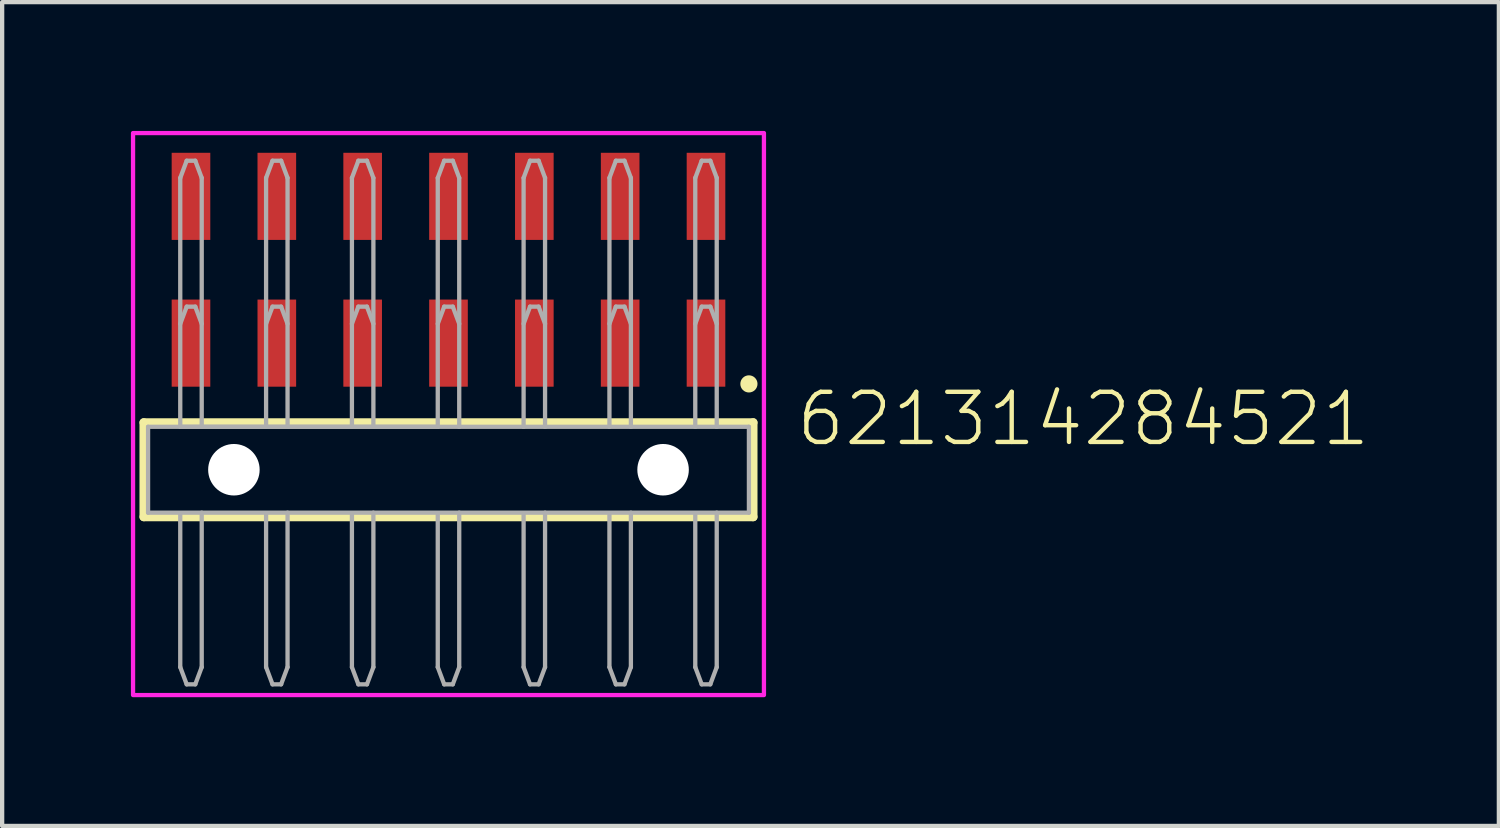
<source format=kicad_pcb>
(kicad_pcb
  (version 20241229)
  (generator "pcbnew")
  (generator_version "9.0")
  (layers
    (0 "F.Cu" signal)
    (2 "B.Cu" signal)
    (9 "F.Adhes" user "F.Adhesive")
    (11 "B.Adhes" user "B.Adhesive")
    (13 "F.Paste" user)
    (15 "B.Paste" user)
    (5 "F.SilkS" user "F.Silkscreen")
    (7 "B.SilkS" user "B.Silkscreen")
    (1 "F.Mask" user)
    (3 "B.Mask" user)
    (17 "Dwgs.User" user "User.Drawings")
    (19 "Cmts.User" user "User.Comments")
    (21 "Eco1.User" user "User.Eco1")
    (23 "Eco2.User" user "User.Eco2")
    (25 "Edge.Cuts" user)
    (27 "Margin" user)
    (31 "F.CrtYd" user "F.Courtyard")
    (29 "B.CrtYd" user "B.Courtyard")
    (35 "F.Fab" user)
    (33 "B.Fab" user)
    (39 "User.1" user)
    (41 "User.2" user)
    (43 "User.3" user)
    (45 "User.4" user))
  (footprint "621314284521"
    (layer "F.Cu")
    (at 7.4 7.895)
    (property "Reference" "621314284521" (at 8.05 -0.5 0) (unlocked yes) (layer "F.SilkS") (effects (font (size 1.168 1.168) (thickness 0.102)) (justify left bottom)))
    (fp_line (start -7.1 -1.1) (end 7.1 -1.1) (stroke (width 0.2) (type solid)) (layer "F.SilkS"))
    (fp_line (start -7.1 1.1) (end -7.1 -1.1) (stroke (width 0.2) (type solid)) (layer "F.SilkS"))
    (fp_line (start 7.1 -1.1) (end 7.1 1.1) (stroke (width 0.2) (type solid)) (layer "F.SilkS"))
    (fp_line (start 7.1 1.1) (end -7.1 1.1) (stroke (width 0.2) (type solid)) (layer "F.SilkS"))
    (fp_circle (center 7 -2) (end 7.1 -2) (stroke (width 0.2) (type solid)) (fill no) (layer "F.SilkS"))
    (fp_poly (pts (xy 7.35 5.25) (xy -7.35 5.25) (xy -7.35 -7.845) (xy 7.35 -7.845)) (stroke (width 0.1) (type default)) (fill no) (layer "F.CrtYd"))
    (fp_line (start -7 -1) (end -0.25 -1) (stroke (width 0.1) (type solid)) (layer "F.Fab"))
    (fp_line (start -7 1) (end -7 -1) (stroke (width 0.1) (type solid)) (layer "F.Fab"))
    (fp_line (start -6.25 -6.8) (end -6.1 -7.2) (stroke (width 0.1) (type solid)) (layer "F.Fab"))
    (fp_line (start -6.25 -3.4) (end -6.1 -3.8) (stroke (width 0.1) (type solid)) (layer "F.Fab"))
    (fp_line (start -6.25 -1) (end -6.25 -6.8) (stroke (width 0.1) (type solid)) (layer "F.Fab"))
    (fp_line (start -6.25 -1) (end -5.75 -1) (stroke (width 0.1) (type solid)) (layer "F.Fab"))
    (fp_line (start -6.25 1.02) (end -6.25 4.6) (stroke (width 0.1) (type solid)) (layer "F.Fab"))
    (fp_line (start -6.25 4.6) (end -6.1 5) (stroke (width 0.1) (type solid)) (layer "F.Fab"))
    (fp_line (start -6.1 -7.2) (end -5.9 -7.2) (stroke (width 0.1) (type solid)) (layer "F.Fab"))
    (fp_line (start -6.1 -3.8) (end -5.9 -3.8) (stroke (width 0.1) (type solid)) (layer "F.Fab"))
    (fp_line (start -5.9 5) (end -6.1 5) (stroke (width 0.1) (type solid)) (layer "F.Fab"))
    (fp_line (start -5.75 -6.8) (end -5.9 -7.2) (stroke (width 0.1) (type solid)) (layer "F.Fab"))
    (fp_line (start -5.75 -6.8) (end -5.75 -1) (stroke (width 0.1) (type solid)) (layer "F.Fab"))
    (fp_line (start -5.75 -3.4) (end -5.9 -3.8) (stroke (width 0.1) (type solid)) (layer "F.Fab"))
    (fp_line (start -5.75 -1) (end -4.25 -1) (stroke (width 0.1) (type solid)) (layer "F.Fab"))
    (fp_line (start -5.75 4.6) (end -5.9 5) (stroke (width 0.1) (type solid)) (layer "F.Fab"))
    (fp_line (start -5.75 4.6) (end -5.75 1) (stroke (width 0.1) (type solid)) (layer "F.Fab"))
    (fp_line (start -4.25 -6.8) (end -4.1 -7.2) (stroke (width 0.1) (type solid)) (layer "F.Fab"))
    (fp_line (start -4.25 -3.4) (end -4.1 -3.8) (stroke (width 0.1) (type solid)) (layer "F.Fab"))
    (fp_line (start -4.25 -1) (end -4.25 -6.8) (stroke (width 0.1) (type solid)) (layer "F.Fab"))
    (fp_line (start -4.25 -1) (end -3.75 -1) (stroke (width 0.1) (type solid)) (layer "F.Fab"))
    (fp_line (start -4.25 1.02) (end -4.25 4.6) (stroke (width 0.1) (type solid)) (layer "F.Fab"))
    (fp_line (start -4.25 4.6) (end -4.1 5) (stroke (width 0.1) (type solid)) (layer "F.Fab"))
    (fp_line (start -4.1 -7.2) (end -3.9 -7.2) (stroke (width 0.1) (type solid)) (layer "F.Fab"))
    (fp_line (start -4.1 -3.8) (end -3.9 -3.8) (stroke (width 0.1) (type solid)) (layer "F.Fab"))
    (fp_line (start -3.9 5) (end -4.1 5) (stroke (width 0.1) (type solid)) (layer "F.Fab"))
    (fp_line (start -3.75 -6.8) (end -3.9 -7.2) (stroke (width 0.1) (type solid)) (layer "F.Fab"))
    (fp_line (start -3.75 -6.8) (end -3.75 -1) (stroke (width 0.1) (type solid)) (layer "F.Fab"))
    (fp_line (start -3.75 -3.4) (end -3.9 -3.8) (stroke (width 0.1) (type solid)) (layer "F.Fab"))
    (fp_line (start -3.75 -1) (end -2.25 -1) (stroke (width 0.1) (type solid)) (layer "F.Fab"))
    (fp_line (start -3.75 4.6) (end -3.9 5) (stroke (width 0.1) (type solid)) (layer "F.Fab"))
    (fp_line (start -3.75 4.6) (end -3.75 1) (stroke (width 0.1) (type solid)) (layer "F.Fab"))
    (fp_line (start -2.25 -6.8) (end -2.1 -7.2) (stroke (width 0.1) (type solid)) (layer "F.Fab"))
    (fp_line (start -2.25 -3.4) (end -2.1 -3.8) (stroke (width 0.1) (type solid)) (layer "F.Fab"))
    (fp_line (start -2.25 -1) (end -2.25 -6.8) (stroke (width 0.1) (type solid)) (layer "F.Fab"))
    (fp_line (start -2.25 -1) (end -1.75 -1) (stroke (width 0.1) (type solid)) (layer "F.Fab"))
    (fp_line (start -2.25 1.02) (end -2.25 4.6) (stroke (width 0.1) (type solid)) (layer "F.Fab"))
    (fp_line (start -2.25 4.6) (end -2.1 5) (stroke (width 0.1) (type solid)) (layer "F.Fab"))
    (fp_line (start -2.1 -7.2) (end -1.9 -7.2) (stroke (width 0.1) (type solid)) (layer "F.Fab"))
    (fp_line (start -2.1 -3.8) (end -1.9 -3.8) (stroke (width 0.1) (type solid)) (layer "F.Fab"))
    (fp_line (start -1.9 5) (end -2.1 5) (stroke (width 0.1) (type solid)) (layer "F.Fab"))
    (fp_line (start -1.75 -6.8) (end -1.9 -7.2) (stroke (width 0.1) (type solid)) (layer "F.Fab"))
    (fp_line (start -1.75 -6.8) (end -1.75 -1) (stroke (width 0.1) (type solid)) (layer "F.Fab"))
    (fp_line (start -1.75 -3.4) (end -1.9 -3.8) (stroke (width 0.1) (type solid)) (layer "F.Fab"))
    (fp_line (start -1.75 -1) (end -0.25 -1) (stroke (width 0.1) (type solid)) (layer "F.Fab"))
    (fp_line (start -1.75 4.6) (end -1.9 5) (stroke (width 0.1) (type solid)) (layer "F.Fab"))
    (fp_line (start -1.75 4.6) (end -1.75 1) (stroke (width 0.1) (type solid)) (layer "F.Fab"))
    (fp_line (start -0.25 -6.8) (end -0.1 -7.2) (stroke (width 0.1) (type solid)) (layer "F.Fab"))
    (fp_line (start -0.25 -3.4) (end -0.1 -3.8) (stroke (width 0.1) (type solid)) (layer "F.Fab"))
    (fp_line (start -0.25 -1) (end -0.25 -6.8) (stroke (width 0.1) (type solid)) (layer "F.Fab"))
    (fp_line (start -0.25 -1) (end 0.25 -1) (stroke (width 0.1) (type solid)) (layer "F.Fab"))
    (fp_line (start -0.25 1.02) (end -0.25 4.6) (stroke (width 0.1) (type solid)) (layer "F.Fab"))
    (fp_line (start -0.25 4.6) (end -0.1 5) (stroke (width 0.1) (type solid)) (layer "F.Fab"))
    (fp_line (start -0.1 -7.2) (end 0.1 -7.2) (stroke (width 0.1) (type solid)) (layer "F.Fab"))
    (fp_line (start -0.1 -3.8) (end 0.1 -3.8) (stroke (width 0.1) (type solid)) (layer "F.Fab"))
    (fp_line (start 0.1 5) (end -0.1 5) (stroke (width 0.1) (type solid)) (layer "F.Fab"))
    (fp_line (start 0.25 -6.8) (end 0.1 -7.2) (stroke (width 0.1) (type solid)) (layer "F.Fab"))
    (fp_line (start 0.25 -6.8) (end 0.25 -1) (stroke (width 0.1) (type solid)) (layer "F.Fab"))
    (fp_line (start 0.25 -3.4) (end 0.1 -3.8) (stroke (width 0.1) (type solid)) (layer "F.Fab"))
    (fp_line (start 0.25 -1) (end 1.75 -1) (stroke (width 0.1) (type solid)) (layer "F.Fab"))
    (fp_line (start 0.25 4.6) (end 0.1 5) (stroke (width 0.1) (type solid)) (layer "F.Fab"))
    (fp_line (start 0.25 4.6) (end 0.25 1) (stroke (width 0.1) (type solid)) (layer "F.Fab"))
    (fp_line (start 1.75 -6.8) (end 1.9 -7.2) (stroke (width 0.1) (type solid)) (layer "F.Fab"))
    (fp_line (start 1.75 -3.4) (end 1.9 -3.8) (stroke (width 0.1) (type solid)) (layer "F.Fab"))
    (fp_line (start 1.75 -1) (end 1.75 -6.8) (stroke (width 0.1) (type solid)) (layer "F.Fab"))
    (fp_line (start 1.75 -1) (end 2.25 -1) (stroke (width 0.1) (type solid)) (layer "F.Fab"))
    (fp_line (start 1.75 1.02) (end 1.75 4.6) (stroke (width 0.1) (type solid)) (layer "F.Fab"))
    (fp_line (start 1.75 4.6) (end 1.9 5) (stroke (width 0.1) (type solid)) (layer "F.Fab"))
    (fp_line (start 1.9 -7.2) (end 2.1 -7.2) (stroke (width 0.1) (type solid)) (layer "F.Fab"))
    (fp_line (start 1.9 -3.8) (end 2.1 -3.8) (stroke (width 0.1) (type solid)) (layer "F.Fab"))
    (fp_line (start 2.1 5) (end 1.9 5) (stroke (width 0.1) (type solid)) (layer "F.Fab"))
    (fp_line (start 2.25 -6.8) (end 2.1 -7.2) (stroke (width 0.1) (type solid)) (layer "F.Fab"))
    (fp_line (start 2.25 -6.8) (end 2.25 -1) (stroke (width 0.1) (type solid)) (layer "F.Fab"))
    (fp_line (start 2.25 -3.4) (end 2.1 -3.8) (stroke (width 0.1) (type solid)) (layer "F.Fab"))
    (fp_line (start 2.25 -1) (end 3.75 -1) (stroke (width 0.1) (type solid)) (layer "F.Fab"))
    (fp_line (start 2.25 4.6) (end 2.1 5) (stroke (width 0.1) (type solid)) (layer "F.Fab"))
    (fp_line (start 2.25 4.6) (end 2.25 1) (stroke (width 0.1) (type solid)) (layer "F.Fab"))
    (fp_line (start 3.75 -6.8) (end 3.9 -7.2) (stroke (width 0.1) (type solid)) (layer "F.Fab"))
    (fp_line (start 3.75 -3.4) (end 3.9 -3.8) (stroke (width 0.1) (type solid)) (layer "F.Fab"))
    (fp_line (start 3.75 -1) (end 3.75 -6.8) (stroke (width 0.1) (type solid)) (layer "F.Fab"))
    (fp_line (start 3.75 -1) (end 4.25 -1) (stroke (width 0.1) (type solid)) (layer "F.Fab"))
    (fp_line (start 3.75 1.02) (end 3.75 4.6) (stroke (width 0.1) (type solid)) (layer "F.Fab"))
    (fp_line (start 3.75 4.6) (end 3.9 5) (stroke (width 0.1) (type solid)) (layer "F.Fab"))
    (fp_line (start 3.9 -7.2) (end 4.1 -7.2) (stroke (width 0.1) (type solid)) (layer "F.Fab"))
    (fp_line (start 3.9 -3.8) (end 4.1 -3.8) (stroke (width 0.1) (type solid)) (layer "F.Fab"))
    (fp_line (start 4.1 5) (end 3.9 5) (stroke (width 0.1) (type solid)) (layer "F.Fab"))
    (fp_line (start 4.25 -6.8) (end 4.1 -7.2) (stroke (width 0.1) (type solid)) (layer "F.Fab"))
    (fp_line (start 4.25 -6.8) (end 4.25 -1) (stroke (width 0.1) (type solid)) (layer "F.Fab"))
    (fp_line (start 4.25 -3.4) (end 4.1 -3.8) (stroke (width 0.1) (type solid)) (layer "F.Fab"))
    (fp_line (start 4.25 -1) (end 5.75 -1) (stroke (width 0.1) (type solid)) (layer "F.Fab"))
    (fp_line (start 4.25 4.6) (end 4.1 5) (stroke (width 0.1) (type solid)) (layer "F.Fab"))
    (fp_line (start 4.25 4.6) (end 4.25 1) (stroke (width 0.1) (type solid)) (layer "F.Fab"))
    (fp_line (start 5.75 -6.8) (end 5.9 -7.2) (stroke (width 0.1) (type solid)) (layer "F.Fab"))
    (fp_line (start 5.75 -3.4) (end 5.9 -3.8) (stroke (width 0.1) (type solid)) (layer "F.Fab"))
    (fp_line (start 5.75 -1) (end 5.75 -6.8) (stroke (width 0.1) (type solid)) (layer "F.Fab"))
    (fp_line (start 5.75 -1) (end 6.25 -1) (stroke (width 0.1) (type solid)) (layer "F.Fab"))
    (fp_line (start 5.75 1.02) (end 5.75 4.6) (stroke (width 0.1) (type solid)) (layer "F.Fab"))
    (fp_line (start 5.75 4.6) (end 5.9 5) (stroke (width 0.1) (type solid)) (layer "F.Fab"))
    (fp_line (start 5.9 -7.2) (end 6.1 -7.2) (stroke (width 0.1) (type solid)) (layer "F.Fab"))
    (fp_line (start 5.9 -3.8) (end 6.1 -3.8) (stroke (width 0.1) (type solid)) (layer "F.Fab"))
    (fp_line (start 6.1 5) (end 5.9 5) (stroke (width 0.1) (type solid)) (layer "F.Fab"))
    (fp_line (start 6.25 -6.8) (end 6.1 -7.2) (stroke (width 0.1) (type solid)) (layer "F.Fab"))
    (fp_line (start 6.25 -6.8) (end 6.25 -1) (stroke (width 0.1) (type solid)) (layer "F.Fab"))
    (fp_line (start 6.25 -3.4) (end 6.1 -3.8) (stroke (width 0.1) (type solid)) (layer "F.Fab"))
    (fp_line (start 6.25 -1) (end 7 -1) (stroke (width 0.1) (type solid)) (layer "F.Fab"))
    (fp_line (start 6.25 4.6) (end 6.1 5) (stroke (width 0.1) (type solid)) (layer "F.Fab"))
    (fp_line (start 6.25 4.6) (end 6.25 1) (stroke (width 0.1) (type solid)) (layer "F.Fab"))
    (fp_line (start 7 -1) (end 7 1) (stroke (width 0.1) (type solid)) (layer "F.Fab"))
    (fp_line (start 7 1) (end -7 1) (stroke (width 0.1) (type solid)) (layer "F.Fab"))
    (pad "" np_thru_hole circle (at -5 0) (size 1.2 1.2) (drill 1.2) (layers "*.Cu" "*.Mask"))
    (pad "" np_thru_hole circle (at 5 0) (size 1.2 1.2) (drill 1.2) (layers "*.Cu" "*.Mask"))
    (pad "1" smd rect (at 6 -2.95) (size 0.9 2.03) (layers "F.Cu" "F.Mask" "F.Paste"))
    (pad "2" smd rect (at 6 -6.37) (size 0.9 2.03) (layers "F.Cu" "F.Mask" "F.Paste"))
    (pad "3" smd rect (at 4 -2.95) (size 0.9 2.03) (layers "F.Cu" "F.Mask" "F.Paste"))
    (pad "4" smd rect (at 4 -6.37) (size 0.9 2.03) (layers "F.Cu" "F.Mask" "F.Paste"))
    (pad "5" smd rect (at 2 -2.95) (size 0.9 2.03) (layers "F.Cu" "F.Mask" "F.Paste"))
    (pad "6" smd rect (at 2 -6.37) (size 0.9 2.03) (layers "F.Cu" "F.Mask" "F.Paste"))
    (pad "7" smd rect (at 0 -2.95) (size 0.9 2.03) (layers "F.Cu" "F.Mask" "F.Paste"))
    (pad "8" smd rect (at 0 -6.37) (size 0.9 2.03) (layers "F.Cu" "F.Mask" "F.Paste"))
    (pad "9" smd rect (at -2 -2.95) (size 0.9 2.03) (layers "F.Cu" "F.Mask" "F.Paste"))
    (pad "10" smd rect (at -2 -6.37) (size 0.9 2.03) (layers "F.Cu" "F.Mask" "F.Paste"))
    (pad "11" smd rect (at -4 -2.95) (size 0.9 2.03) (layers "F.Cu" "F.Mask" "F.Paste"))
    (pad "12" smd rect (at -4 -6.37) (size 0.9 2.03) (layers "F.Cu" "F.Mask" "F.Paste"))
    (pad "13" smd rect (at -6 -2.95) (size 0.9 2.03) (layers "F.Cu" "F.Mask" "F.Paste"))
    (pad "14" smd rect (at -6 -6.37) (size 0.9 2.03) (layers "F.Cu" "F.Mask" "F.Paste")))
  (gr_rect
    (start -3 -3)
    (end 31.874 16.195)
    (stroke (width 0.1) (type default))
    (fill no)
    (layer "Edge.Cuts")))
</source>
